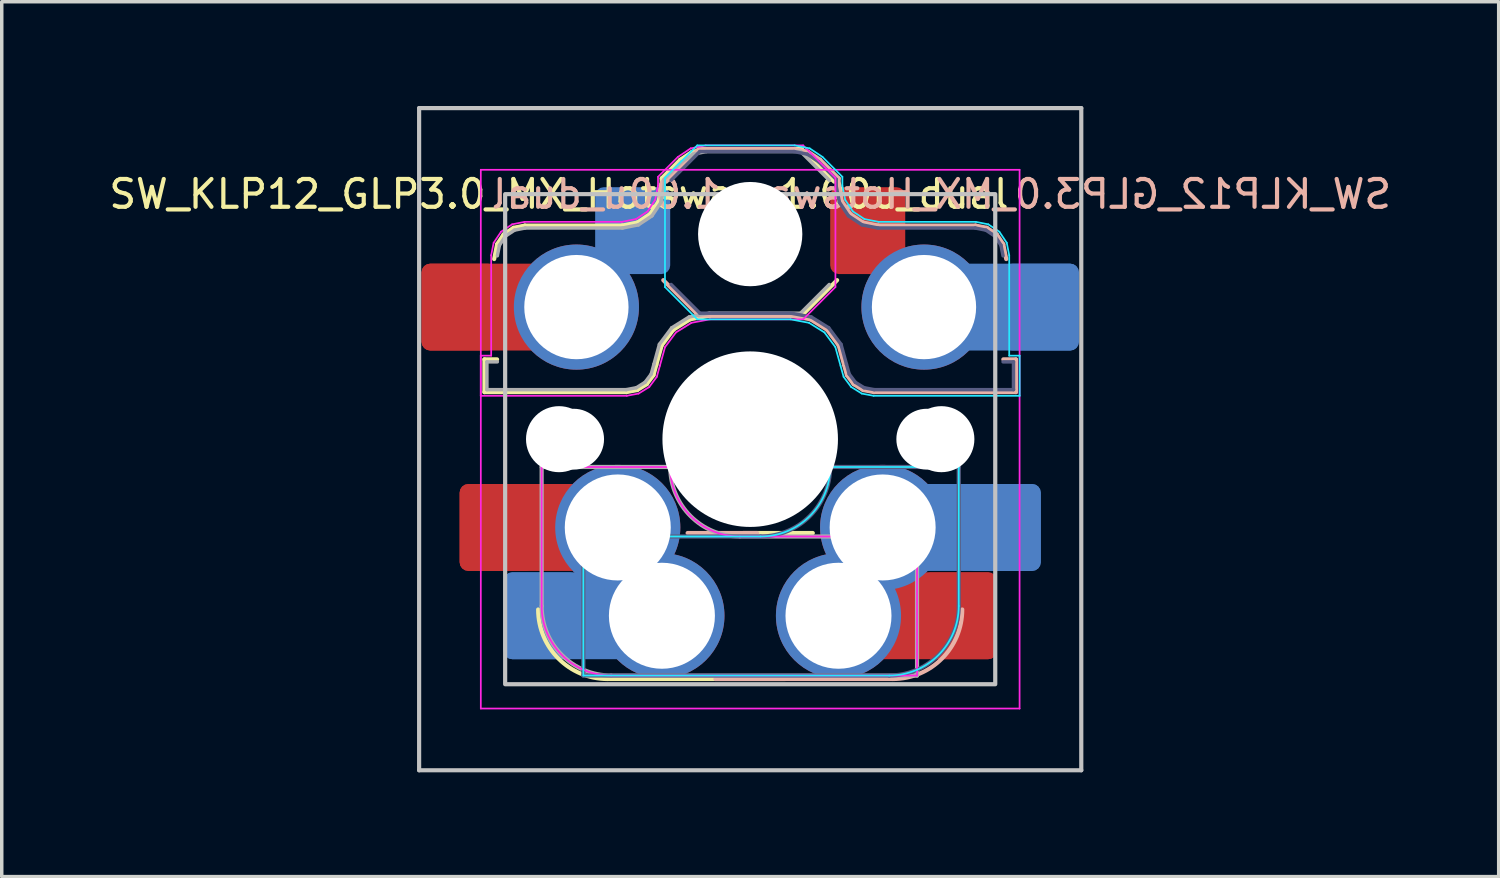
<source format=kicad_pcb>
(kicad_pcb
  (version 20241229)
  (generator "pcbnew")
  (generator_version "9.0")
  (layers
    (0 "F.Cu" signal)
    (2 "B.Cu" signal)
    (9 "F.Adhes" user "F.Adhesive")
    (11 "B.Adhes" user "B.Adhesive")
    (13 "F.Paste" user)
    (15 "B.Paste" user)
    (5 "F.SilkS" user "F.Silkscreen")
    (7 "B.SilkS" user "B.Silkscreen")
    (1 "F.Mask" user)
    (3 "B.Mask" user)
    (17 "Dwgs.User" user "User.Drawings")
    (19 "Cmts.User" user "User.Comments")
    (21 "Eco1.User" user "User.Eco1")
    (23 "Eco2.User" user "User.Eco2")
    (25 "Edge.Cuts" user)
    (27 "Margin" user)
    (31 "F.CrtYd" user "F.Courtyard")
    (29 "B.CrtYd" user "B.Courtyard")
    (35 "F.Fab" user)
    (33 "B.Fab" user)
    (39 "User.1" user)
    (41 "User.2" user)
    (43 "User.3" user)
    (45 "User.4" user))
  (footprint "SW_KLP12_GLP3.0_MX_Hotswap_1.00u_dual"
    (layer "F.Cu")
    (at 18.533 9.585)
    (property "Reference" "SW_KLP12_GLP3.0_MX_Hotswap_1.00u_dual" (at 5.5 -7.05 180) (layer "B.SilkS") (effects (font (size 0.8 0.8) (thickness 0.12)) (justify mirror)))
    (attr smd)
    (fp_line (start -7.646 -2.296) (end -7.646 -1.354) (stroke (width 0.12) (type solid)) (layer "F.SilkS"))
    (fp_line (start -7.646 -1.354) (end -3.56 -1.354) (stroke (width 0.12) (type solid)) (layer "F.SilkS"))
    (fp_line (start -7.283 -2.296) (end -7.646 -2.296) (stroke (width 0.12) (type solid)) (layer "F.SilkS"))
    (fp_line (start -7.281 -5.609) (end -7.366 -5.182) (stroke (width 0.12) (type solid)) (layer "F.SilkS"))
    (fp_line (start -7.092 -5.892) (end -7.281 -5.609) (stroke (width 0.12) (type solid)) (layer "F.SilkS"))
    (fp_line (start -6.809 -6.081) (end -7.092 -5.892) (stroke (width 0.12) (type solid)) (layer "F.SilkS"))
    (fp_line (start -6.482 -6.146) (end -6.809 -6.081) (stroke (width 0.12) (type solid)) (layer "F.SilkS"))
    (fp_line (start -4.1 6.9) (end 1 6.9) (stroke (width 0.12) (type solid)) (layer "F.SilkS"))
    (fp_line (start -3.682 -6.146) (end -6.482 -6.146) (stroke (width 0.12) (type solid)) (layer "F.SilkS"))
    (fp_line (start -3.56 -1.354) (end -3.25 -1.413) (stroke (width 0.12) (type solid)) (layer "F.SilkS"))
    (fp_line (start -3.25 -1.413) (end -2.976 -1.583) (stroke (width 0.12) (type solid)) (layer "F.SilkS"))
    (fp_line (start -3.244 -6.233) (end -3.682 -6.146) (stroke (width 0.12) (type solid)) (layer "F.SilkS"))
    (fp_line (start -2.976 -1.583) (end -2.783 -1.841) (stroke (width 0.12) (type solid)) (layer "F.SilkS"))
    (fp_line (start -2.877 -6.477) (end -3.244 -6.233) (stroke (width 0.12) (type solid)) (layer "F.SilkS"))
    (fp_line (start -2.783 -1.841) (end -2.701 -2.139) (stroke (width 0.12) (type solid)) (layer "F.SilkS"))
    (fp_line (start -2.701 -2.139) (end -2.547 -2.697) (stroke (width 0.12) (type solid)) (layer "F.SilkS"))
    (fp_line (start -2.633 -6.844) (end -2.877 -6.477) (stroke (width 0.12) (type solid)) (layer "F.SilkS"))
    (fp_line (start -2.547 -2.697) (end -2.209 -3.15) (stroke (width 0.12) (type solid)) (layer "F.SilkS"))
    (fp_line (start -2.546 -7.504) (end -2.546 -7.282) (stroke (width 0.12) (type solid)) (layer "F.SilkS"))
    (fp_line (start -2.546 -7.282) (end -2.633 -6.844) (stroke (width 0.12) (type solid)) (layer "F.SilkS"))
    (fp_line (start -2.209 -3.15) (end -1.73 -3.449) (stroke (width 0.12) (type solid)) (layer "F.SilkS"))
    (fp_line (start -2.013 -8.037) (end -2.546 -7.504) (stroke (width 0.12) (type solid)) (layer "F.SilkS"))
    (fp_line (start -1.73 -3.449) (end -1.168 -3.554) (stroke (width 0.12) (type solid)) (layer "F.SilkS"))
    (fp_line (start -1.671 -8.266) (end -2.013 -8.037) (stroke (width 0.12) (type solid)) (layer "F.SilkS"))
    (fp_line (start -1.268 -8.346) (end -1.671 -8.266) (stroke (width 0.12) (type solid)) (layer "F.SilkS"))
    (fp_line (start -1.168 -3.554) (end 1.479 -3.554) (stroke (width 0.12) (type solid)) (layer "F.SilkS"))
    (fp_line (start -0.2 2.7) (end 1.8 2.7) (stroke (width 0.12) (type solid)) (layer "F.SilkS"))
    (fp_line (start 1.479 -8.346) (end -1.268 -8.346) (stroke (width 0.12) (type solid)) (layer "F.SilkS"))
    (fp_line (start 1.479 -3.554) (end 2.5 -4.575) (stroke (width 0.12) (type solid)) (layer "F.SilkS"))
    (fp_line (start 2.416 -7.409) (end 1.479 -8.346) (stroke (width 0.12) (type solid)) (layer "F.SilkS"))
    (fp_arc (start -4.1 6.9) (mid -5.514214 6.314214) (end -6.1 4.9) (stroke (width 0.12) (type solid)) (layer "F.SilkS"))
    (fp_line (start -2.416 -7.409) (end -1.479 -8.346) (stroke (width 0.12) (type solid)) (layer "B.SilkS"))
    (fp_line (start -1.479 -8.346) (end 1.268 -8.346) (stroke (width 0.12) (type solid)) (layer "B.SilkS"))
    (fp_line (start -1.479 -3.554) (end -2.5 -4.575) (stroke (width 0.12) (type solid)) (layer "B.SilkS"))
    (fp_line (start 0.2 2.7) (end -1.8 2.7) (stroke (width 0.12) (type solid)) (layer "B.SilkS"))
    (fp_line (start 1.168 -3.554) (end -1.479 -3.554) (stroke (width 0.12) (type solid)) (layer "B.SilkS"))
    (fp_line (start 1.268 -8.346) (end 1.671 -8.266) (stroke (width 0.12) (type solid)) (layer "B.SilkS"))
    (fp_line (start 1.671 -8.266) (end 2.013 -8.037) (stroke (width 0.12) (type solid)) (layer "B.SilkS"))
    (fp_line (start 1.73 -3.449) (end 1.168 -3.554) (stroke (width 0.12) (type solid)) (layer "B.SilkS"))
    (fp_line (start 2.013 -8.037) (end 2.546 -7.504) (stroke (width 0.12) (type solid)) (layer "B.SilkS"))
    (fp_line (start 2.209 -3.15) (end 1.73 -3.449) (stroke (width 0.12) (type solid)) (layer "B.SilkS"))
    (fp_line (start 2.546 -7.504) (end 2.546 -7.282) (stroke (width 0.12) (type solid)) (layer "B.SilkS"))
    (fp_line (start 2.546 -7.282) (end 2.633 -6.844) (stroke (width 0.12) (type solid)) (layer "B.SilkS"))
    (fp_line (start 2.547 -2.697) (end 2.209 -3.15) (stroke (width 0.12) (type solid)) (layer "B.SilkS"))
    (fp_line (start 2.633 -6.844) (end 2.877 -6.477) (stroke (width 0.12) (type solid)) (layer "B.SilkS"))
    (fp_line (start 2.701 -2.139) (end 2.547 -2.697) (stroke (width 0.12) (type solid)) (layer "B.SilkS"))
    (fp_line (start 2.783 -1.841) (end 2.701 -2.139) (stroke (width 0.12) (type solid)) (layer "B.SilkS"))
    (fp_line (start 2.877 -6.477) (end 3.244 -6.233) (stroke (width 0.12) (type solid)) (layer "B.SilkS"))
    (fp_line (start 2.976 -1.583) (end 2.783 -1.841) (stroke (width 0.12) (type solid)) (layer "B.SilkS"))
    (fp_line (start 3.244 -6.233) (end 3.682 -6.146) (stroke (width 0.12) (type solid)) (layer "B.SilkS"))
    (fp_line (start 3.25 -1.413) (end 2.976 -1.583) (stroke (width 0.12) (type solid)) (layer "B.SilkS"))
    (fp_line (start 3.56 -1.354) (end 3.25 -1.413) (stroke (width 0.12) (type solid)) (layer "B.SilkS"))
    (fp_line (start 3.682 -6.146) (end 6.482 -6.146) (stroke (width 0.12) (type solid)) (layer "B.SilkS"))
    (fp_line (start 4.1 6.9) (end -1 6.9) (stroke (width 0.12) (type solid)) (layer "B.SilkS"))
    (fp_line (start 6.482 -6.146) (end 6.809 -6.081) (stroke (width 0.12) (type solid)) (layer "B.SilkS"))
    (fp_line (start 6.809 -6.081) (end 7.092 -5.892) (stroke (width 0.12) (type solid)) (layer "B.SilkS"))
    (fp_line (start 7.092 -5.892) (end 7.281 -5.609) (stroke (width 0.12) (type solid)) (layer "B.SilkS"))
    (fp_line (start 7.281 -5.609) (end 7.366 -5.182) (stroke (width 0.12) (type solid)) (layer "B.SilkS"))
    (fp_line (start 7.283 -2.296) (end 7.646 -2.296) (stroke (width 0.12) (type solid)) (layer "B.SilkS"))
    (fp_line (start 7.646 -2.296) (end 7.646 -1.354) (stroke (width 0.12) (type solid)) (layer "B.SilkS"))
    (fp_line (start 7.646 -1.354) (end 3.56 -1.354) (stroke (width 0.12) (type solid)) (layer "B.SilkS"))
    (fp_arc (start 6.1 4.9) (mid 5.514214 6.314214) (end 4.1 6.9) (stroke (width 0.12) (type solid)) (layer "B.SilkS"))
    (fp_line (start -9.525 -9.525) (end -9.525 9.525) (stroke (width 0.12) (type default)) (layer "Dwgs.User"))
    (fp_line (start -9.525 -9.525) (end 9.525 -9.525) (stroke (width 0.12) (type default)) (layer "Dwgs.User"))
    (fp_line (start 9.525 -9.525) (end 9.525 9.525) (stroke (width 0.12) (type default)) (layer "Dwgs.User"))
    (fp_line (start 9.525 9.525) (end -9.525 9.525) (stroke (width 0.12) (type default)) (layer "Dwgs.User"))
    (fp_rect (start -7.05 -7.05) (end 7.05 7.05) (stroke (width 0.12) (type solid)) (fill no) (layer "Dwgs.User"))
    (fp_line (start -4.8 6.8) (end -4.8 2.8) (stroke (width 0.05) (type solid)) (layer "B.CrtYd"))
    (fp_line (start -2.452 -7.523) (end -1.523 -8.452) (stroke (width 0.05) (type solid)) (layer "B.CrtYd"))
    (fp_line (start -2.452 -4.377) (end -2.452 -7.523) (stroke (width 0.05) (type solid)) (layer "B.CrtYd"))
    (fp_line (start -1.523 -8.452) (end 1.278 -8.452) (stroke (width 0.05) (type solid)) (layer "B.CrtYd"))
    (fp_line (start -1.523 -3.448) (end -2.452 -4.377) (stroke (width 0.05) (type solid)) (layer "B.CrtYd"))
    (fp_line (start 0.3 2.8) (end -4.8 2.8) (stroke (width 0.05) (type solid)) (layer "B.CrtYd"))
    (fp_line (start 1.159 -3.448) (end -1.523 -3.448) (stroke (width 0.05) (type solid)) (layer "B.CrtYd"))
    (fp_line (start 1.278 -8.452) (end 1.712 -8.366) (stroke (width 0.05) (type solid)) (layer "B.CrtYd"))
    (fp_line (start 1.691 -3.348) (end 1.159 -3.448) (stroke (width 0.05) (type solid)) (layer "B.CrtYd"))
    (fp_line (start 1.712 -8.366) (end 2.081 -8.119) (stroke (width 0.05) (type solid)) (layer "B.CrtYd"))
    (fp_line (start 2.081 -8.119) (end 2.652 -7.548) (stroke (width 0.05) (type solid)) (layer "B.CrtYd"))
    (fp_line (start 2.136 -3.071) (end 1.691 -3.348) (stroke (width 0.05) (type solid)) (layer "B.CrtYd"))
    (fp_line (start 2.45 -2.65) (end 2.136 -3.071) (stroke (width 0.05) (type solid)) (layer "B.CrtYd"))
    (fp_line (start 2.599 -2.111) (end 2.45 -2.65) (stroke (width 0.05) (type solid)) (layer "B.CrtYd"))
    (fp_line (start 2.652 -7.548) (end 2.652 -7.292) (stroke (width 0.05) (type solid)) (layer "B.CrtYd"))
    (fp_line (start 2.652 -7.292) (end 2.733 -6.885) (stroke (width 0.05) (type solid)) (layer "B.CrtYd"))
    (fp_line (start 2.687 -1.794) (end 2.599 -2.111) (stroke (width 0.05) (type solid)) (layer "B.CrtYd"))
    (fp_line (start 2.733 -6.885) (end 2.953 -6.553) (stroke (width 0.05) (type solid)) (layer "B.CrtYd"))
    (fp_line (start 2.903 -1.503) (end 2.687 -1.794) (stroke (width 0.05) (type solid)) (layer "B.CrtYd"))
    (fp_line (start 2.953 -6.553) (end 3.285 -6.333) (stroke (width 0.05) (type solid)) (layer "B.CrtYd"))
    (fp_line (start 3.211 -1.312) (end 2.903 -1.503) (stroke (width 0.05) (type solid)) (layer "B.CrtYd"))
    (fp_line (start 3.285 -6.333) (end 3.692 -6.252) (stroke (width 0.05) (type solid)) (layer "B.CrtYd"))
    (fp_line (start 3.55 -1.248) (end 3.211 -1.312) (stroke (width 0.05) (type solid)) (layer "B.CrtYd"))
    (fp_line (start 3.692 -6.252) (end 6.492 -6.252) (stroke (width 0.05) (type solid)) (layer "B.CrtYd"))
    (fp_line (start 4 6.8) (end -4.8 6.8) (stroke (width 0.05) (type solid)) (layer "B.CrtYd"))
    (fp_line (start 6 0.8) (end 2.3 0.8) (stroke (width 0.05) (type solid)) (layer "B.CrtYd"))
    (fp_line (start 6 0.8) (end 6 4.8) (stroke (width 0.05) (type solid)) (layer "B.CrtYd"))
    (fp_line (start 6.492 -6.252) (end 6.85 -6.181) (stroke (width 0.05) (type solid)) (layer "B.CrtYd"))
    (fp_line (start 6.85 -6.181) (end 7.168 -5.968) (stroke (width 0.05) (type solid)) (layer "B.CrtYd"))
    (fp_line (start 7.168 -5.968) (end 7.381 -5.65) (stroke (width 0.05) (type solid)) (layer "B.CrtYd"))
    (fp_line (start 7.381 -5.65) (end 7.452 -5.292) (stroke (width 0.05) (type solid)) (layer "B.CrtYd"))
    (fp_line (start 7.452 -5.292) (end 7.452 -2.402) (stroke (width 0.05) (type solid)) (layer "B.CrtYd"))
    (fp_line (start 7.452 -2.402) (end 7.752 -2.402) (stroke (width 0.05) (type solid)) (layer "B.CrtYd"))
    (fp_line (start 7.752 -2.402) (end 7.752 -1.248) (stroke (width 0.05) (type solid)) (layer "B.CrtYd"))
    (fp_line (start 7.752 -1.248) (end 3.55 -1.248) (stroke (width 0.05) (type solid)) (layer "B.CrtYd"))
    (fp_arc (start 2.3 0.8) (mid 1.714214 2.214214) (end 0.3 2.8) (stroke (width 0.05) (type solid)) (layer "B.CrtYd"))
    (fp_arc (start 6 4.8) (mid 5.414214 6.214214) (end 4 6.8) (stroke (width 0.05) (type solid)) (layer "B.CrtYd"))
    (fp_line (start -7.752 -2.402) (end -7.752 -1.248) (stroke (width 0.05) (type solid)) (layer "F.CrtYd"))
    (fp_line (start -7.752 -1.248) (end -3.55 -1.248) (stroke (width 0.05) (type solid)) (layer "F.CrtYd"))
    (fp_line (start -7.75 -7.75) (end 7.75 -7.75) (stroke (width 0.05) (type default)) (layer "F.CrtYd"))
    (fp_line (start -7.75 7.75) (end -7.75 -7.75) (stroke (width 0.05) (type solid)) (layer "F.CrtYd"))
    (fp_line (start -7.452 -5.292) (end -7.452 -2.402) (stroke (width 0.05) (type solid)) (layer "F.CrtYd"))
    (fp_line (start -7.452 -2.402) (end -7.752 -2.402) (stroke (width 0.05) (type solid)) (layer "F.CrtYd"))
    (fp_line (start -7.381 -5.65) (end -7.452 -5.292) (stroke (width 0.05) (type solid)) (layer "F.CrtYd"))
    (fp_line (start -7.168 -5.968) (end -7.381 -5.65) (stroke (width 0.05) (type solid)) (layer "F.CrtYd"))
    (fp_line (start -6.85 -6.181) (end -7.168 -5.968) (stroke (width 0.05) (type solid)) (layer "F.CrtYd"))
    (fp_line (start -6.492 -6.252) (end -6.85 -6.181) (stroke (width 0.05) (type solid)) (layer "F.CrtYd"))
    (fp_line (start -6 0.8) (end -6 4.8) (stroke (width 0.05) (type solid)) (layer "F.CrtYd"))
    (fp_line (start -6 0.8) (end -2.3 0.8) (stroke (width 0.05) (type solid)) (layer "F.CrtYd"))
    (fp_line (start -4 6.8) (end 4.8 6.8) (stroke (width 0.05) (type solid)) (layer "F.CrtYd"))
    (fp_line (start -3.692 -6.252) (end -6.492 -6.252) (stroke (width 0.05) (type solid)) (layer "F.CrtYd"))
    (fp_line (start -3.55 -1.248) (end -3.211 -1.312) (stroke (width 0.05) (type solid)) (layer "F.CrtYd"))
    (fp_line (start -3.285 -6.333) (end -3.692 -6.252) (stroke (width 0.05) (type solid)) (layer "F.CrtYd"))
    (fp_line (start -3.211 -1.312) (end -2.903 -1.503) (stroke (width 0.05) (type solid)) (layer "F.CrtYd"))
    (fp_line (start -2.953 -6.553) (end -3.285 -6.333) (stroke (width 0.05) (type solid)) (layer "F.CrtYd"))
    (fp_line (start -2.903 -1.503) (end -2.687 -1.794) (stroke (width 0.05) (type solid)) (layer "F.CrtYd"))
    (fp_line (start -2.733 -6.885) (end -2.953 -6.553) (stroke (width 0.05) (type solid)) (layer "F.CrtYd"))
    (fp_line (start -2.687 -1.794) (end -2.599 -2.111) (stroke (width 0.05) (type solid)) (layer "F.CrtYd"))
    (fp_line (start -2.652 -7.548) (end -2.652 -7.292) (stroke (width 0.05) (type solid)) (layer "F.CrtYd"))
    (fp_line (start -2.652 -7.292) (end -2.733 -6.885) (stroke (width 0.05) (type solid)) (layer "F.CrtYd"))
    (fp_line (start -2.599 -2.111) (end -2.45 -2.65) (stroke (width 0.05) (type solid)) (layer "F.CrtYd"))
    (fp_line (start -2.45 -2.65) (end -2.136 -3.071) (stroke (width 0.05) (type solid)) (layer "F.CrtYd"))
    (fp_line (start -2.136 -3.071) (end -1.691 -3.348) (stroke (width 0.05) (type solid)) (layer "F.CrtYd"))
    (fp_line (start -2.081 -8.119) (end -2.652 -7.548) (stroke (width 0.05) (type solid)) (layer "F.CrtYd"))
    (fp_line (start -1.712 -8.366) (end -2.081 -8.119) (stroke (width 0.05) (type solid)) (layer "F.CrtYd"))
    (fp_line (start -1.691 -3.348) (end -1.159 -3.448) (stroke (width 0.05) (type solid)) (layer "F.CrtYd"))
    (fp_line (start -1.278 -8.452) (end -1.712 -8.366) (stroke (width 0.05) (type solid)) (layer "F.CrtYd"))
    (fp_line (start -1.159 -3.448) (end 1.523 -3.448) (stroke (width 0.05) (type solid)) (layer "F.CrtYd"))
    (fp_line (start -0.3 2.8) (end 4.8 2.8) (stroke (width 0.05) (type solid)) (layer "F.CrtYd"))
    (fp_line (start 1.523 -8.452) (end -1.278 -8.452) (stroke (width 0.05) (type solid)) (layer "F.CrtYd"))
    (fp_line (start 1.523 -3.448) (end 2.452 -4.377) (stroke (width 0.05) (type solid)) (layer "F.CrtYd"))
    (fp_line (start 2.452 -7.523) (end 1.523 -8.452) (stroke (width 0.05) (type solid)) (layer "F.CrtYd"))
    (fp_line (start 2.452 -4.377) (end 2.452 -7.523) (stroke (width 0.05) (type solid)) (layer "F.CrtYd"))
    (fp_line (start 4.8 6.8) (end 4.8 2.8) (stroke (width 0.05) (type solid)) (layer "F.CrtYd"))
    (fp_line (start 7.75 -7.75) (end 7.75 7.75) (stroke (width 0.05) (type solid)) (layer "F.CrtYd"))
    (fp_line (start 7.75 7.75) (end -7.75 7.75) (stroke (width 0.05) (type solid)) (layer "F.CrtYd"))
    (fp_arc (start -4 6.8) (mid -5.414214 6.214214) (end -6 4.8) (stroke (width 0.05) (type solid)) (layer "F.CrtYd"))
    (fp_arc (start -0.3 2.8) (mid -1.714215 2.214215) (end -2.3 0.8) (stroke (width 0.05) (type solid)) (layer "F.CrtYd"))
    (fp_line (start -4.8 6.8) (end -4.8 2.8) (stroke (width 0.12) (type solid)) (layer "B.Fab"))
    (fp_line (start -2.275 -7.45) (end -1.45 -8.275) (stroke (width 0.1) (type solid)) (layer "B.Fab"))
    (fp_line (start -1.45 -8.275) (end 1.261 -8.275) (stroke (width 0.1) (type solid)) (layer "B.Fab"))
    (fp_line (start -1.45 -3.625) (end -2.275 -4.45) (stroke (width 0.1) (type solid)) (layer "B.Fab"))
    (fp_line (start 0.3 2.8) (end -4.8 2.8) (stroke (width 0.12) (type solid)) (layer "B.Fab"))
    (fp_line (start 1.175 -3.625) (end -1.45 -3.625) (stroke (width 0.1) (type solid)) (layer "B.Fab"))
    (fp_line (start 1.261 -8.275) (end 1.643 -8.199) (stroke (width 0.1) (type solid)) (layer "B.Fab"))
    (fp_line (start 1.643 -8.199) (end 1.968 -7.982) (stroke (width 0.1) (type solid)) (layer "B.Fab"))
    (fp_line (start 1.756 -3.516) (end 1.175 -3.625) (stroke (width 0.1) (type solid)) (layer "B.Fab"))
    (fp_line (start 1.968 -7.982) (end 2.475 -7.475) (stroke (width 0.1) (type solid)) (layer "B.Fab"))
    (fp_line (start 2.258 -3.203) (end 1.756 -3.516) (stroke (width 0.1) (type solid)) (layer "B.Fab"))
    (fp_line (start 2.475 -7.475) (end 2.475 -7.275) (stroke (width 0.1) (type solid)) (layer "B.Fab"))
    (fp_line (start 2.475 -7.275) (end 2.566 -6.816) (stroke (width 0.1) (type solid)) (layer "B.Fab"))
    (fp_line (start 2.566 -6.816) (end 2.826 -6.426) (stroke (width 0.1) (type solid)) (layer "B.Fab"))
    (fp_line (start 2.612 -2.729) (end 2.258 -3.203) (stroke (width 0.1) (type solid)) (layer "B.Fab"))
    (fp_line (start 2.769 -2.158) (end 2.612 -2.729) (stroke (width 0.1) (type solid)) (layer "B.Fab"))
    (fp_line (start 2.826 -6.426) (end 3.216 -6.166) (stroke (width 0.1) (type solid)) (layer "B.Fab"))
    (fp_line (start 2.848 -1.873) (end 2.769 -2.158) (stroke (width 0.1) (type solid)) (layer "B.Fab"))
    (fp_line (start 3.025 -1.636) (end 2.848 -1.873) (stroke (width 0.1) (type solid)) (layer "B.Fab"))
    (fp_line (start 3.216 -6.166) (end 3.675 -6.075) (stroke (width 0.1) (type solid)) (layer "B.Fab"))
    (fp_line (start 3.276 -1.48) (end 3.025 -1.636) (stroke (width 0.1) (type solid)) (layer "B.Fab"))
    (fp_line (start 3.567 -1.425) (end 3.276 -1.48) (stroke (width 0.1) (type solid)) (layer "B.Fab"))
    (fp_line (start 3.675 -6.075) (end 6.475 -6.075) (stroke (width 0.1) (type solid)) (layer "B.Fab"))
    (fp_line (start 4 6.8) (end -4.8 6.8) (stroke (width 0.12) (type solid)) (layer "B.Fab"))
    (fp_line (start 6 0.8) (end 2.3 0.8) (stroke (width 0.12) (type solid)) (layer "B.Fab"))
    (fp_line (start 6 0.8) (end 6 4.8) (stroke (width 0.12) (type solid)) (layer "B.Fab"))
    (fp_line (start 6.475 -6.075) (end 6.781 -6.014) (stroke (width 0.1) (type solid)) (layer "B.Fab"))
    (fp_line (start 6.781 -6.014) (end 7.041 -5.841) (stroke (width 0.1) (type solid)) (layer "B.Fab"))
    (fp_line (start 7.041 -5.841) (end 7.214 -5.581) (stroke (width 0.1) (type solid)) (layer "B.Fab"))
    (fp_line (start 7.214 -5.581) (end 7.275 -5.275) (stroke (width 0.1) (type solid)) (layer "B.Fab"))
    (fp_line (start 7.275 -2.225) (end 7.575 -2.225) (stroke (width 0.1) (type solid)) (layer "B.Fab"))
    (fp_line (start 7.575 -2.225) (end 7.575 -1.425) (stroke (width 0.1) (type solid)) (layer "B.Fab"))
    (fp_line (start 7.575 -1.425) (end 3.567 -1.425) (stroke (width 0.1) (type solid)) (layer "B.Fab"))
    (fp_arc (start 2.3 0.8) (mid 1.714214 2.214214) (end 0.3 2.8) (stroke (width 0.12) (type solid)) (layer "B.Fab"))
    (fp_arc (start 6 4.8) (mid 5.414214 6.214214) (end 4 6.8) (stroke (width 0.12) (type solid)) (layer "B.Fab"))
    (fp_line (start -7.575 -2.225) (end -7.575 -1.425) (stroke (width 0.1) (type solid)) (layer "F.Fab"))
    (fp_line (start -7.575 -1.425) (end -3.567 -1.425) (stroke (width 0.1) (type solid)) (layer "F.Fab"))
    (fp_line (start -7.275 -2.225) (end -7.575 -2.225) (stroke (width 0.1) (type solid)) (layer "F.Fab"))
    (fp_line (start -7.214 -5.581) (end -7.275 -5.275) (stroke (width 0.1) (type solid)) (layer "F.Fab"))
    (fp_line (start -7.041 -5.841) (end -7.214 -5.581) (stroke (width 0.1) (type solid)) (layer "F.Fab"))
    (fp_line (start -6.781 -6.014) (end -7.041 -5.841) (stroke (width 0.1) (type solid)) (layer "F.Fab"))
    (fp_line (start -6.475 -6.075) (end -6.781 -6.014) (stroke (width 0.1) (type solid)) (layer "F.Fab"))
    (fp_line (start -6 0.8) (end -6 4.8) (stroke (width 0.12) (type solid)) (layer "F.Fab"))
    (fp_line (start -6 0.8) (end -2.3 0.8) (stroke (width 0.12) (type solid)) (layer "F.Fab"))
    (fp_line (start -4 6.8) (end 4.8 6.8) (stroke (width 0.12) (type solid)) (layer "F.Fab"))
    (fp_line (start -3.675 -6.075) (end -6.475 -6.075) (stroke (width 0.1) (type solid)) (layer "F.Fab"))
    (fp_line (start -3.567 -1.425) (end -3.276 -1.48) (stroke (width 0.1) (type solid)) (layer "F.Fab"))
    (fp_line (start -3.276 -1.48) (end -3.025 -1.636) (stroke (width 0.1) (type solid)) (layer "F.Fab"))
    (fp_line (start -3.216 -6.166) (end -3.675 -6.075) (stroke (width 0.1) (type solid)) (layer "F.Fab"))
    (fp_line (start -3.025 -1.636) (end -2.848 -1.873) (stroke (width 0.1) (type solid)) (layer "F.Fab"))
    (fp_line (start -2.848 -1.873) (end -2.769 -2.158) (stroke (width 0.1) (type solid)) (layer "F.Fab"))
    (fp_line (start -2.826 -6.426) (end -3.216 -6.166) (stroke (width 0.1) (type solid)) (layer "F.Fab"))
    (fp_line (start -2.769 -2.158) (end -2.612 -2.729) (stroke (width 0.1) (type solid)) (layer "F.Fab"))
    (fp_line (start -2.612 -2.729) (end -2.258 -3.203) (stroke (width 0.1) (type solid)) (layer "F.Fab"))
    (fp_line (start -2.566 -6.816) (end -2.826 -6.426) (stroke (width 0.1) (type solid)) (layer "F.Fab"))
    (fp_line (start -2.475 -7.475) (end -2.475 -7.275) (stroke (width 0.1) (type solid)) (layer "F.Fab"))
    (fp_line (start -2.475 -7.275) (end -2.566 -6.816) (stroke (width 0.1) (type solid)) (layer "F.Fab"))
    (fp_line (start -2.258 -3.203) (end -1.756 -3.516) (stroke (width 0.1) (type solid)) (layer "F.Fab"))
    (fp_line (start -1.968 -7.982) (end -2.475 -7.475) (stroke (width 0.1) (type solid)) (layer "F.Fab"))
    (fp_line (start -1.756 -3.516) (end -1.175 -3.625) (stroke (width 0.1) (type solid)) (layer "F.Fab"))
    (fp_line (start -1.643 -8.199) (end -1.968 -7.982) (stroke (width 0.1) (type solid)) (layer "F.Fab"))
    (fp_line (start -1.261 -8.275) (end -1.643 -8.199) (stroke (width 0.1) (type solid)) (layer "F.Fab"))
    (fp_line (start -1.175 -3.625) (end 1.45 -3.625) (stroke (width 0.1) (type solid)) (layer "F.Fab"))
    (fp_line (start -0.3 2.8) (end 4.8 2.8) (stroke (width 0.12) (type solid)) (layer "F.Fab"))
    (fp_line (start 1.45 -8.275) (end -1.261 -8.275) (stroke (width 0.1) (type solid)) (layer "F.Fab"))
    (fp_line (start 1.45 -3.625) (end 2.275 -4.45) (stroke (width 0.1) (type solid)) (layer "F.Fab"))
    (fp_line (start 2.275 -7.45) (end 1.45 -8.275) (stroke (width 0.1) (type solid)) (layer "F.Fab"))
    (fp_line (start 4.8 6.8) (end 4.8 2.8) (stroke (width 0.12) (type solid)) (layer "F.Fab"))
    (fp_arc (start -4 6.8) (mid -5.414214 6.214214) (end -6 4.8) (stroke (width 0.12) (type solid)) (layer "F.Fab"))
    (fp_arc (start -0.3 2.8) (mid -1.714215 2.214215) (end -2.3 0.8) (stroke (width 0.12) (type solid)) (layer "F.Fab"))
    (fp_text user "${REFERENCE}" (at -5.5 -7.05 0) (layer "F.SilkS") (effects (font (size 0.8 0.8) (thickness 0.12))))
    (pad "" np_thru_hole circle (at -5.5 0) (size 1.9 1.9) (drill 1.9) (layers "*.Cu" "*.Mask"))
    (pad "" np_thru_hole circle (at -5.08 0 180) (size 1.75 1.75) (drill 1.75) (layers "*.Cu" "*.Mask"))
    (pad "" np_thru_hole circle (at 0 -5.9) (size 3 3) (drill 3) (layers "*.Cu" "*.Mask"))
    (pad "" np_thru_hole circle (at 0 0) (size 5.05 5.05) (drill 5.05) (layers "*.Cu" "*.Mask"))
    (pad "" np_thru_hole circle (at 5.08 0 180) (size 1.75 1.75) (drill 1.75) (layers "*.Cu" "*.Mask"))
    (pad "" np_thru_hole circle (at 5.5 0) (size 1.9 1.9) (drill 1.9) (layers "*.Cu" "*.Mask"))
    (pad "1" thru_hole circle (at 2.54 5.08 180) (size 3.6 3.6) (drill 3.05) (layers "*.Cu" "*.Mask"))
    (pad "1" smd roundrect (at 3.381 -6) (size 2.159 2.5) (layers "F.Cu" "F.Mask" "F.Paste") (roundrect_rratio 0.116))
    (pad "1" thru_hole circle (at 3.81 2.54 180) (size 3.6 3.6) (drill 3.05) (layers "*.Cu" "*.Mask"))
    (pad "1" thru_hole circle (at 5 -3.8) (size 3.6 3.6) (drill 3) (layers "*.Cu" "*.Mask"))
    (pad "1" smd roundrect (at 5.32 5.08 180) (size 3.55 2.5) (layers "F.Cu") (roundrect_rratio 0.1))
    (pad "1" smd roundrect (at 6.015 5.08) (size 2.159 2.5) (layers "F.Cu" "F.Mask" "F.Paste") (roundrect_rratio 0.116))
    (pad "1" smd roundrect (at 6.585 2.54 180) (size 3.55 2.5) (layers "B.Cu") (roundrect_rratio 0.1))
    (pad "1" smd roundrect (at 7.281 2.54) (size 2.159 2.5) (layers "B.Cu" "B.Mask" "B.Paste") (roundrect_rratio 0.116))
    (pad "1" smd roundrect (at 7.53 -3.8) (size 3.85 2.5) (layers "B.Cu") (roundrect_rratio 0.1))
    (pad "1" smd roundrect (at 8.376 -3.8) (size 2.159 2.5) (layers "B.Cu" "B.Mask" "B.Paste") (roundrect_rratio 0.116))
    (pad "2" smd roundrect (at -8.376 -3.8) (size 2.159 2.5) (layers "F.Cu" "F.Mask" "F.Paste") (roundrect_rratio 0.116))
    (pad "2" smd roundrect (at -7.53 -3.8) (size 3.85 2.5) (layers "F.Cu") (roundrect_rratio 0.1))
    (pad "2" smd roundrect (at -7.28 2.54) (size 2.159 2.5) (layers "F.Cu" "F.Mask" "F.Paste") (roundrect_rratio 0.116))
    (pad "2" smd roundrect (at -6.585 2.54 180) (size 3.55 2.5) (layers "F.Cu") (roundrect_rratio 0.1))
    (pad "2" smd roundrect (at -6.015 5.08) (size 2.159 2.5) (layers "B.Cu" "B.Mask" "B.Paste") (roundrect_rratio 0.116))
    (pad "2" smd roundrect (at -5.32 5.08 180) (size 3.55 2.5) (layers "B.Cu") (roundrect_rratio 0.1))
    (pad "2" thru_hole circle (at -5 -3.8) (size 3.6 3.6) (drill 3) (layers "*.Cu" "*.Mask"))
    (pad "2" thru_hole circle (at -3.81 2.54 180) (size 3.6 3.6) (drill 3.05) (layers "*.Cu" "*.Mask"))
    (pad "2" smd roundrect (at -3.381 -6) (size 2.159 2.5) (layers "B.Cu" "B.Mask" "B.Paste") (roundrect_rratio 0.116))
    (pad "2" thru_hole circle (at -2.54 5.08 180) (size 3.6 3.6) (drill 3.05) (layers "*.Cu" "*.Mask")))
  (gr_rect
    (start -3 -3)
    (end 40.067 22.17)
    (stroke (width 0.1) (type default))
    (fill no)
    (layer "Edge.Cuts")))
</source>
